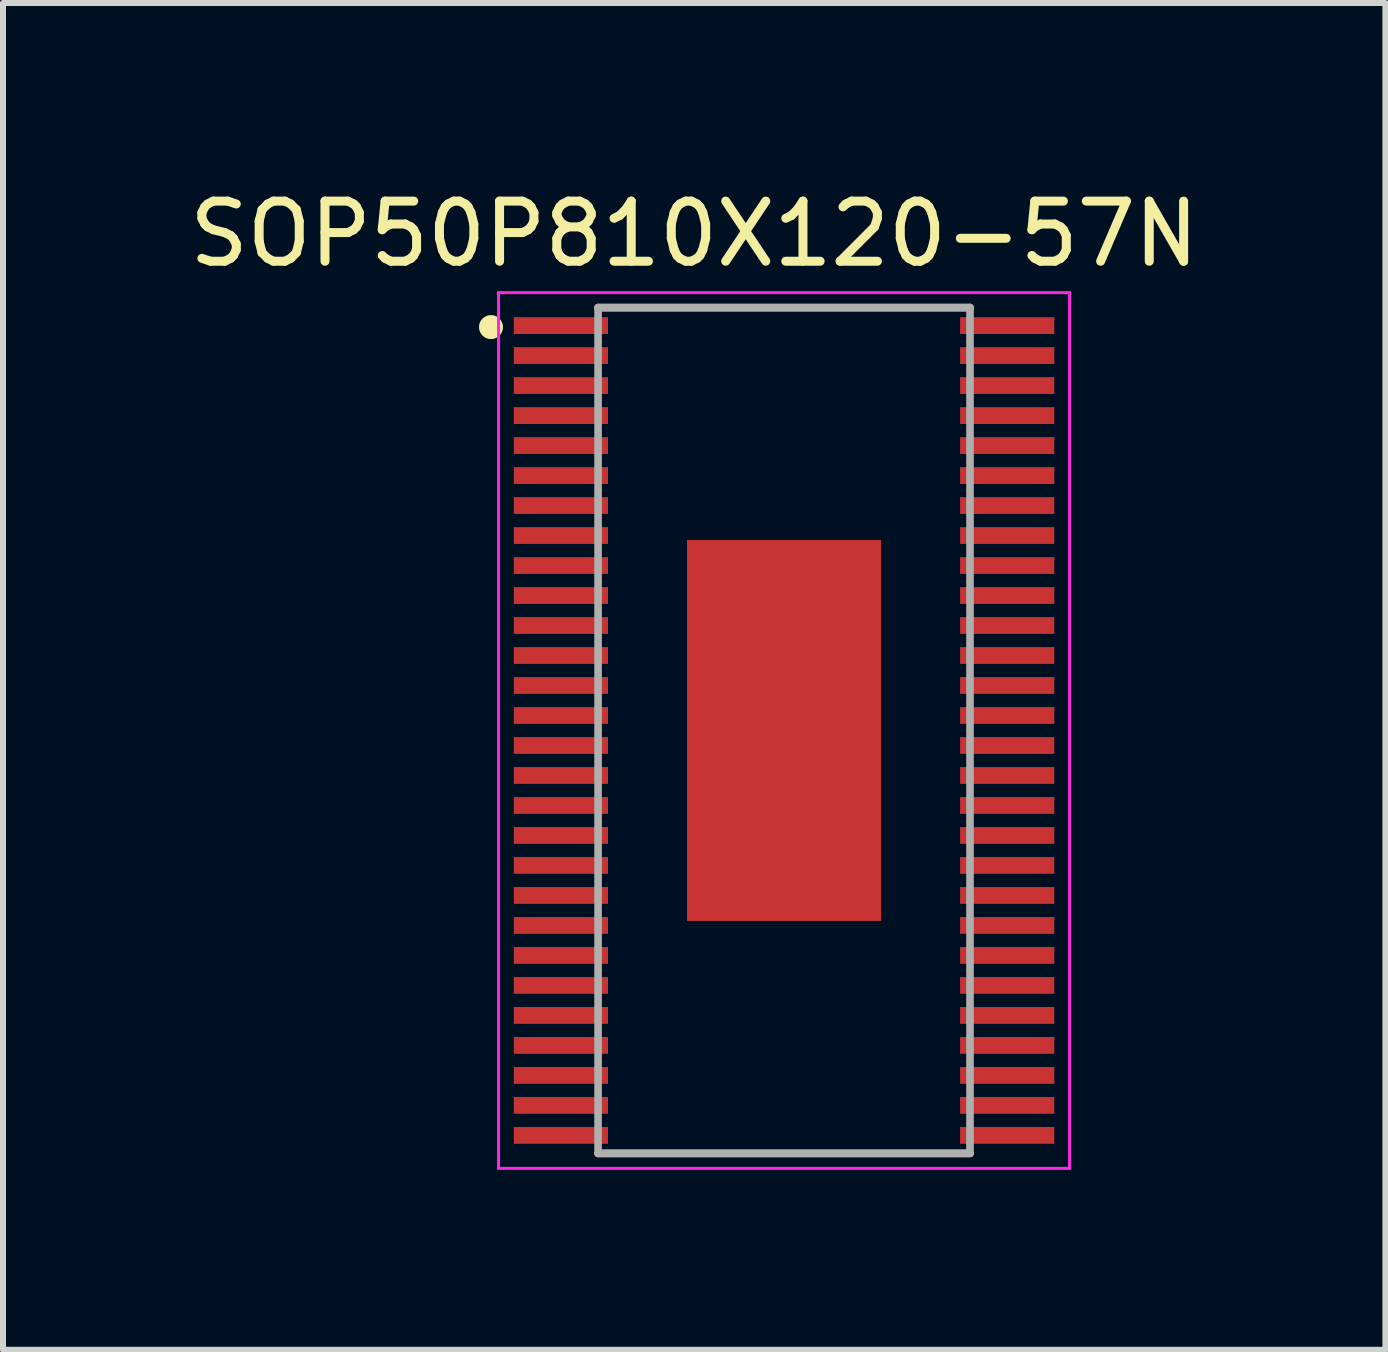
<source format=kicad_pcb>
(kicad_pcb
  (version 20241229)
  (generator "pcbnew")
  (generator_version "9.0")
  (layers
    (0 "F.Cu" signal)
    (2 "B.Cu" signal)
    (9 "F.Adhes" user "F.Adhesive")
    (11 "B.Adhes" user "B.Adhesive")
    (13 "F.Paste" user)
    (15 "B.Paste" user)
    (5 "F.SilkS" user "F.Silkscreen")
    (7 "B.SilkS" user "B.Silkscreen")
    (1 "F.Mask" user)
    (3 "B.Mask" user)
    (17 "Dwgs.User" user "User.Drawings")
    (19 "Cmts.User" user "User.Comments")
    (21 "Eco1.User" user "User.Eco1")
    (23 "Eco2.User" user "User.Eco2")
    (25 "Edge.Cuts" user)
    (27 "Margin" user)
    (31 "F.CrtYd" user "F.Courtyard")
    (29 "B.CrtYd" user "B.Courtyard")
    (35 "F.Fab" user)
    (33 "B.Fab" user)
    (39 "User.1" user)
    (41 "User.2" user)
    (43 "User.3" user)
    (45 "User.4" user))
  (footprint "SOP50P810X120-57N"
    (layer "F.Cu")
    (at 10.021 9.128)
    (property "Reference" "SOP50P810X120-57N" (at -1.498 -8.279 0) (layer "F.SilkS") (effects (font (size 1.002 1.002) (thickness 0.15))))
    (attr through_hole)
    (fp_line (start -3.1 -7.05) (end 3.1 -7.05) (stroke (width 0.127) (type solid)) (layer "F.SilkS"))
    (fp_line (start -3.1 7.05) (end 3.1 7.05) (stroke (width 0.127) (type solid)) (layer "F.SilkS"))
    (fp_circle (center -4.886 -6.725) (end -4.786 -6.725) (stroke (width 0.2) (type solid)) (fill no) (layer "F.SilkS"))
    (fp_poly (pts (xy -1.024 -2) (xy 1.023 -2) (xy 1.023 2.003) (xy -1.024 2.003)) (stroke (width 0.01) (type solid)) (fill yes) (layer "F.Paste"))
    (fp_line (start -4.76 -7.3) (end -4.76 7.3) (stroke (width 0.05) (type solid)) (layer "F.CrtYd"))
    (fp_line (start -4.76 -7.3) (end 4.76 -7.3) (stroke (width 0.05) (type solid)) (layer "F.CrtYd"))
    (fp_line (start -4.76 7.3) (end 4.76 7.3) (stroke (width 0.05) (type solid)) (layer "F.CrtYd"))
    (fp_line (start 4.76 -7.3) (end 4.76 7.3) (stroke (width 0.05) (type solid)) (layer "F.CrtYd"))
    (fp_line (start -3.1 -7.05) (end -3.1 7.05) (stroke (width 0.127) (type solid)) (layer "F.Fab"))
    (fp_line (start -3.1 -7.05) (end 3.1 -7.05) (stroke (width 0.127) (type solid)) (layer "F.Fab"))
    (fp_line (start -3.1 7.05) (end 3.1 7.05) (stroke (width 0.127) (type solid)) (layer "F.Fab"))
    (fp_line (start 3.1 -7.05) (end 3.1 7.05) (stroke (width 0.127) (type solid)) (layer "F.Fab"))
    (pad "1" smd rect (at -3.72 -6.75) (size 1.57 0.28) (layers "F.Cu" "F.Mask" "F.Paste"))
    (pad "2" smd rect (at -3.72 -6.25) (size 1.57 0.28) (layers "F.Cu" "F.Mask" "F.Paste"))
    (pad "3" smd rect (at -3.72 -5.75) (size 1.57 0.28) (layers "F.Cu" "F.Mask" "F.Paste"))
    (pad "4" smd rect (at -3.72 -5.25) (size 1.57 0.28) (layers "F.Cu" "F.Mask" "F.Paste"))
    (pad "5" smd rect (at -3.72 -4.75) (size 1.57 0.28) (layers "F.Cu" "F.Mask" "F.Paste"))
    (pad "6" smd rect (at -3.72 -4.25) (size 1.57 0.28) (layers "F.Cu" "F.Mask" "F.Paste"))
    (pad "7" smd rect (at -3.72 -3.75) (size 1.57 0.28) (layers "F.Cu" "F.Mask" "F.Paste"))
    (pad "8" smd rect (at -3.72 -3.25) (size 1.57 0.28) (layers "F.Cu" "F.Mask" "F.Paste"))
    (pad "9" smd rect (at -3.72 -2.75) (size 1.57 0.28) (layers "F.Cu" "F.Mask" "F.Paste"))
    (pad "10" smd rect (at -3.72 -2.25) (size 1.57 0.28) (layers "F.Cu" "F.Mask" "F.Paste"))
    (pad "11" smd rect (at -3.72 -1.75) (size 1.57 0.28) (layers "F.Cu" "F.Mask" "F.Paste"))
    (pad "12" smd rect (at -3.72 -1.25) (size 1.57 0.28) (layers "F.Cu" "F.Mask" "F.Paste"))
    (pad "13" smd rect (at -3.72 -0.75) (size 1.57 0.28) (layers "F.Cu" "F.Mask" "F.Paste"))
    (pad "14" smd rect (at -3.72 -0.25) (size 1.57 0.28) (layers "F.Cu" "F.Mask" "F.Paste"))
    (pad "15" smd rect (at -3.72 0.25) (size 1.57 0.28) (layers "F.Cu" "F.Mask" "F.Paste"))
    (pad "16" smd rect (at -3.72 0.75) (size 1.57 0.28) (layers "F.Cu" "F.Mask" "F.Paste"))
    (pad "17" smd rect (at -3.72 1.25) (size 1.57 0.28) (layers "F.Cu" "F.Mask" "F.Paste"))
    (pad "18" smd rect (at -3.72 1.75) (size 1.57 0.28) (layers "F.Cu" "F.Mask" "F.Paste"))
    (pad "19" smd rect (at -3.72 2.25) (size 1.57 0.28) (layers "F.Cu" "F.Mask" "F.Paste"))
    (pad "20" smd rect (at -3.72 2.75) (size 1.57 0.28) (layers "F.Cu" "F.Mask" "F.Paste"))
    (pad "21" smd rect (at -3.72 3.25) (size 1.57 0.28) (layers "F.Cu" "F.Mask" "F.Paste"))
    (pad "22" smd rect (at -3.72 3.75) (size 1.57 0.28) (layers "F.Cu" "F.Mask" "F.Paste"))
    (pad "23" smd rect (at -3.72 4.25) (size 1.57 0.28) (layers "F.Cu" "F.Mask" "F.Paste"))
    (pad "24" smd rect (at -3.72 4.75) (size 1.57 0.28) (layers "F.Cu" "F.Mask" "F.Paste"))
    (pad "25" smd rect (at -3.72 5.25) (size 1.57 0.28) (layers "F.Cu" "F.Mask" "F.Paste"))
    (pad "26" smd rect (at -3.72 5.75) (size 1.57 0.28) (layers "F.Cu" "F.Mask" "F.Paste"))
    (pad "27" smd rect (at -3.72 6.25) (size 1.57 0.28) (layers "F.Cu" "F.Mask" "F.Paste"))
    (pad "28" smd rect (at -3.72 6.75) (size 1.57 0.28) (layers "F.Cu" "F.Mask" "F.Paste"))
    (pad "29" smd rect (at 3.72 6.75) (size 1.57 0.28) (layers "F.Cu" "F.Mask" "F.Paste"))
    (pad "30" smd rect (at 3.72 6.25) (size 1.57 0.28) (layers "F.Cu" "F.Mask" "F.Paste"))
    (pad "31" smd rect (at 3.72 5.75) (size 1.57 0.28) (layers "F.Cu" "F.Mask" "F.Paste"))
    (pad "32" smd rect (at 3.72 5.25) (size 1.57 0.28) (layers "F.Cu" "F.Mask" "F.Paste"))
    (pad "33" smd rect (at 3.72 4.75) (size 1.57 0.28) (layers "F.Cu" "F.Mask" "F.Paste"))
    (pad "34" smd rect (at 3.72 4.25) (size 1.57 0.28) (layers "F.Cu" "F.Mask" "F.Paste"))
    (pad "35" smd rect (at 3.72 3.75) (size 1.57 0.28) (layers "F.Cu" "F.Mask" "F.Paste"))
    (pad "36" smd rect (at 3.72 3.25) (size 1.57 0.28) (layers "F.Cu" "F.Mask" "F.Paste"))
    (pad "37" smd rect (at 3.72 2.75) (size 1.57 0.28) (layers "F.Cu" "F.Mask" "F.Paste"))
    (pad "38" smd rect (at 3.72 2.25) (size 1.57 0.28) (layers "F.Cu" "F.Mask" "F.Paste"))
    (pad "39" smd rect (at 3.72 1.75) (size 1.57 0.28) (layers "F.Cu" "F.Mask" "F.Paste"))
    (pad "40" smd rect (at 3.72 1.25) (size 1.57 0.28) (layers "F.Cu" "F.Mask" "F.Paste"))
    (pad "41" smd rect (at 3.72 0.75) (size 1.57 0.28) (layers "F.Cu" "F.Mask" "F.Paste"))
    (pad "42" smd rect (at 3.72 0.25) (size 1.57 0.28) (layers "F.Cu" "F.Mask" "F.Paste"))
    (pad "43" smd rect (at 3.72 -0.25) (size 1.57 0.28) (layers "F.Cu" "F.Mask" "F.Paste"))
    (pad "44" smd rect (at 3.72 -0.75) (size 1.57 0.28) (layers "F.Cu" "F.Mask" "F.Paste"))
    (pad "45" smd rect (at 3.72 -1.25) (size 1.57 0.28) (layers "F.Cu" "F.Mask" "F.Paste"))
    (pad "46" smd rect (at 3.72 -1.75) (size 1.57 0.28) (layers "F.Cu" "F.Mask" "F.Paste"))
    (pad "47" smd rect (at 3.72 -2.25) (size 1.57 0.28) (layers "F.Cu" "F.Mask" "F.Paste"))
    (pad "48" smd rect (at 3.72 -2.75) (size 1.57 0.28) (layers "F.Cu" "F.Mask" "F.Paste"))
    (pad "49" smd rect (at 3.72 -3.25) (size 1.57 0.28) (layers "F.Cu" "F.Mask" "F.Paste"))
    (pad "50" smd rect (at 3.72 -3.75) (size 1.57 0.28) (layers "F.Cu" "F.Mask" "F.Paste"))
    (pad "51" smd rect (at 3.72 -4.25) (size 1.57 0.28) (layers "F.Cu" "F.Mask" "F.Paste"))
    (pad "52" smd rect (at 3.72 -4.75) (size 1.57 0.28) (layers "F.Cu" "F.Mask" "F.Paste"))
    (pad "53" smd rect (at 3.72 -5.25) (size 1.57 0.28) (layers "F.Cu" "F.Mask" "F.Paste"))
    (pad "54" smd rect (at 3.72 -5.75) (size 1.57 0.28) (layers "F.Cu" "F.Mask" "F.Paste"))
    (pad "55" smd rect (at 3.72 -6.25) (size 1.57 0.28) (layers "F.Cu" "F.Mask" "F.Paste"))
    (pad "56" smd rect (at 3.72 -6.75) (size 1.57 0.28) (layers "F.Cu" "F.Mask" "F.Paste"))
    (pad "57" smd rect (at 0 0) (size 3.235 6.35) (layers "F.Cu" "F.Mask")))
  (gr_rect
    (start -3 -3)
    (end 20.046 19.453)
    (stroke (width 0.1) (type default))
    (fill no)
    (layer "Edge.Cuts")))
</source>
